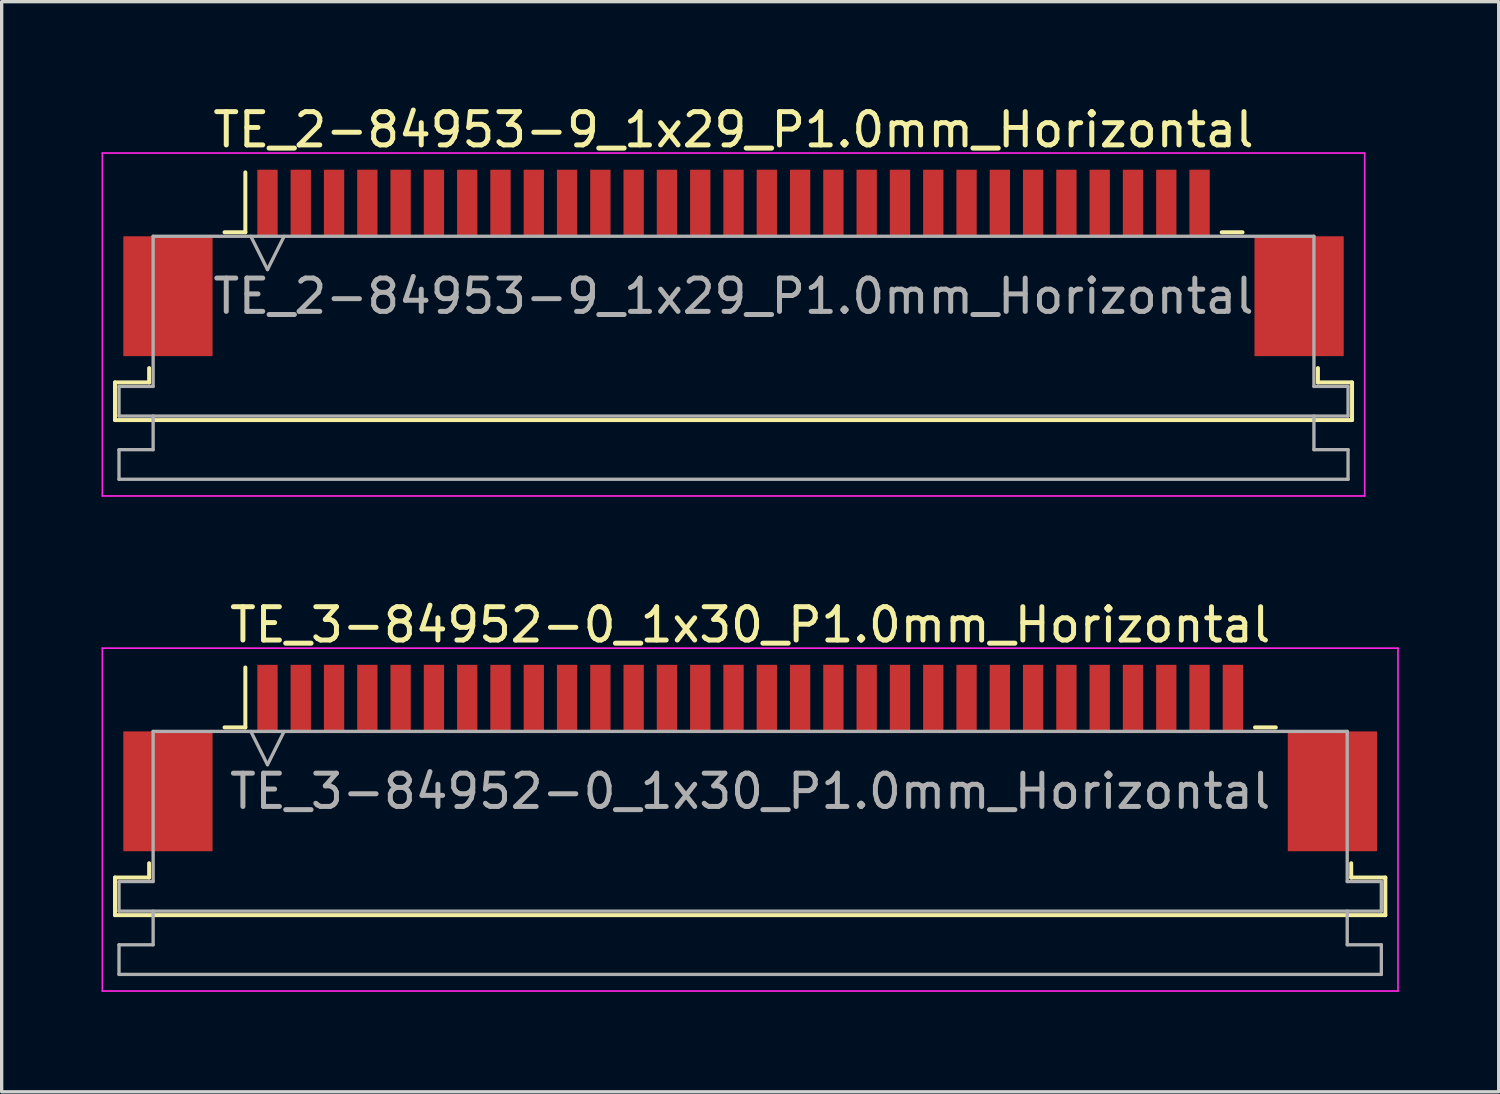
<source format=kicad_pcb>
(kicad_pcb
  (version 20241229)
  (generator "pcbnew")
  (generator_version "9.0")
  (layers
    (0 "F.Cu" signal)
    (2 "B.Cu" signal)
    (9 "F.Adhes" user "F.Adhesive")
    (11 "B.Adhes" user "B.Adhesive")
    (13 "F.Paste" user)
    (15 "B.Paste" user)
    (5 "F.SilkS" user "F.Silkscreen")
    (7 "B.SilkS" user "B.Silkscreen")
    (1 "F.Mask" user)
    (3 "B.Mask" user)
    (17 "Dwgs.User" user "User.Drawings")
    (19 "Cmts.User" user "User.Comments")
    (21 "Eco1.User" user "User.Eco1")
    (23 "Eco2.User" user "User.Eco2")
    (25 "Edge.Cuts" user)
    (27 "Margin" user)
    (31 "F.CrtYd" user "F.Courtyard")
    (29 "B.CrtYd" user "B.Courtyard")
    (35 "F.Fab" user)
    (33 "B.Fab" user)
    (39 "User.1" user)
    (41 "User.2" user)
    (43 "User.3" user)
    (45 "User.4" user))
  (footprint "TE_2-84953-9_1x29_P1.0mm_Horizontal"
    (layer "F.Cu")
    (at 18.985 4.848)
    (property "Reference" "TE_2-84953-9_1x29_P1.0mm_Horizontal" (at 0 -4 0) (layer "F.SilkS") (effects (font (size 1 1) (thickness 0.15))))
    (attr smd)
    (fp_line (start -18.58 3.59) (end -17.555 3.59) (stroke (width 0.12) (type solid)) (layer "F.SilkS"))
    (fp_line (start -18.58 4.72) (end -18.58 3.59) (stroke (width 0.12) (type solid)) (layer "F.SilkS"))
    (fp_line (start -17.555 3.59) (end -17.555 3.16) (stroke (width 0.12) (type solid)) (layer "F.SilkS"))
    (fp_line (start -15.29 -0.92) (end -14.665 -0.92) (stroke (width 0.12) (type solid)) (layer "F.SilkS"))
    (fp_line (start -14.665 -0.92) (end -14.665 -2.72) (stroke (width 0.12) (type solid)) (layer "F.SilkS"))
    (fp_line (start 14.665 -0.92) (end 15.29 -0.92) (stroke (width 0.12) (type solid)) (layer "F.SilkS"))
    (fp_line (start 17.555 3.16) (end 17.555 3.59) (stroke (width 0.12) (type solid)) (layer "F.SilkS"))
    (fp_line (start 17.555 3.59) (end 18.58 3.59) (stroke (width 0.12) (type solid)) (layer "F.SilkS"))
    (fp_line (start 18.58 3.59) (end 18.58 4.72) (stroke (width 0.12) (type solid)) (layer "F.SilkS"))
    (fp_line (start 18.58 4.72) (end -18.58 4.72) (stroke (width 0.12) (type solid)) (layer "F.SilkS"))
    (fp_line (start -18.96 -3.3) (end -18.96 7) (stroke (width 0.05) (type solid)) (layer "F.CrtYd"))
    (fp_line (start -18.96 7) (end 18.96 7) (stroke (width 0.05) (type solid)) (layer "F.CrtYd"))
    (fp_line (start 18.96 -3.3) (end -18.96 -3.3) (stroke (width 0.05) (type solid)) (layer "F.CrtYd"))
    (fp_line (start 18.96 7) (end 18.96 -3.3) (stroke (width 0.05) (type solid)) (layer "F.CrtYd"))
    (fp_line (start -18.46 3.71) (end -17.435 3.71) (stroke (width 0.1) (type solid)) (layer "F.Fab"))
    (fp_line (start -18.46 4.6) (end -18.46 3.71) (stroke (width 0.1) (type solid)) (layer "F.Fab"))
    (fp_line (start -18.46 5.61) (end -17.435 5.61) (stroke (width 0.1) (type solid)) (layer "F.Fab"))
    (fp_line (start -18.46 6.5) (end -18.46 5.61) (stroke (width 0.1) (type solid)) (layer "F.Fab"))
    (fp_line (start -17.435 -0.8) (end 17.435 -0.8) (stroke (width 0.1) (type solid)) (layer "F.Fab"))
    (fp_line (start -17.435 3.71) (end -17.435 -0.8) (stroke (width 0.1) (type solid)) (layer "F.Fab"))
    (fp_line (start -17.435 5.61) (end -17.435 4.6) (stroke (width 0.1) (type solid)) (layer "F.Fab"))
    (fp_line (start -14.5 -0.8) (end -14 0.2) (stroke (width 0.1) (type solid)) (layer "F.Fab"))
    (fp_line (start -14 0.2) (end -13.5 -0.8) (stroke (width 0.1) (type solid)) (layer "F.Fab"))
    (fp_line (start 17.435 -0.8) (end 17.435 3.71) (stroke (width 0.1) (type solid)) (layer "F.Fab"))
    (fp_line (start 17.435 3.71) (end 18.46 3.71) (stroke (width 0.1) (type solid)) (layer "F.Fab"))
    (fp_line (start 17.435 4.6) (end 17.435 5.61) (stroke (width 0.1) (type solid)) (layer "F.Fab"))
    (fp_line (start 17.435 5.61) (end 18.46 5.61) (stroke (width 0.1) (type solid)) (layer "F.Fab"))
    (fp_line (start 18.46 3.71) (end 18.46 4.6) (stroke (width 0.1) (type solid)) (layer "F.Fab"))
    (fp_line (start 18.46 4.6) (end -18.46 4.6) (stroke (width 0.1) (type solid)) (layer "F.Fab"))
    (fp_line (start 18.46 5.61) (end 18.46 6.5) (stroke (width 0.1) (type solid)) (layer "F.Fab"))
    (fp_line (start 18.46 6.5) (end -18.46 6.5) (stroke (width 0.1) (type solid)) (layer "F.Fab"))
    (fp_text user "${REFERENCE}" (at 0 1 0) (layer "F.Fab") (effects (font (size 1 1) (thickness 0.15))))
    (pad "" smd rect (at -16.99 1) (size 2.68 3.6) (layers "F.Cu" "F.Mask" "F.Paste"))
    (pad "" smd rect (at 16.99 1) (size 2.68 3.6) (layers "F.Cu" "F.Mask" "F.Paste"))
    (pad "1" smd rect (at -14 -1.8) (size 0.61 2) (layers "F.Cu" "F.Mask" "F.Paste"))
    (pad "2" smd rect (at -13 -1.8) (size 0.61 2) (layers "F.Cu" "F.Mask" "F.Paste"))
    (pad "3" smd rect (at -12 -1.8) (size 0.61 2) (layers "F.Cu" "F.Mask" "F.Paste"))
    (pad "4" smd rect (at -11 -1.8) (size 0.61 2) (layers "F.Cu" "F.Mask" "F.Paste"))
    (pad "5" smd rect (at -10 -1.8) (size 0.61 2) (layers "F.Cu" "F.Mask" "F.Paste"))
    (pad "6" smd rect (at -9 -1.8) (size 0.61 2) (layers "F.Cu" "F.Mask" "F.Paste"))
    (pad "7" smd rect (at -8 -1.8) (size 0.61 2) (layers "F.Cu" "F.Mask" "F.Paste"))
    (pad "8" smd rect (at -7 -1.8) (size 0.61 2) (layers "F.Cu" "F.Mask" "F.Paste"))
    (pad "9" smd rect (at -6 -1.8) (size 0.61 2) (layers "F.Cu" "F.Mask" "F.Paste"))
    (pad "10" smd rect (at -5 -1.8) (size 0.61 2) (layers "F.Cu" "F.Mask" "F.Paste"))
    (pad "11" smd rect (at -4 -1.8) (size 0.61 2) (layers "F.Cu" "F.Mask" "F.Paste"))
    (pad "12" smd rect (at -3 -1.8) (size 0.61 2) (layers "F.Cu" "F.Mask" "F.Paste"))
    (pad "13" smd rect (at -2 -1.8) (size 0.61 2) (layers "F.Cu" "F.Mask" "F.Paste"))
    (pad "14" smd rect (at -1 -1.8) (size 0.61 2) (layers "F.Cu" "F.Mask" "F.Paste"))
    (pad "15" smd rect (at 0 -1.8) (size 0.61 2) (layers "F.Cu" "F.Mask" "F.Paste"))
    (pad "16" smd rect (at 1 -1.8) (size 0.61 2) (layers "F.Cu" "F.Mask" "F.Paste"))
    (pad "17" smd rect (at 2 -1.8) (size 0.61 2) (layers "F.Cu" "F.Mask" "F.Paste"))
    (pad "18" smd rect (at 3 -1.8) (size 0.61 2) (layers "F.Cu" "F.Mask" "F.Paste"))
    (pad "19" smd rect (at 4 -1.8) (size 0.61 2) (layers "F.Cu" "F.Mask" "F.Paste"))
    (pad "20" smd rect (at 5 -1.8) (size 0.61 2) (layers "F.Cu" "F.Mask" "F.Paste"))
    (pad "21" smd rect (at 6 -1.8) (size 0.61 2) (layers "F.Cu" "F.Mask" "F.Paste"))
    (pad "22" smd rect (at 7 -1.8) (size 0.61 2) (layers "F.Cu" "F.Mask" "F.Paste"))
    (pad "23" smd rect (at 8 -1.8) (size 0.61 2) (layers "F.Cu" "F.Mask" "F.Paste"))
    (pad "24" smd rect (at 9 -1.8) (size 0.61 2) (layers "F.Cu" "F.Mask" "F.Paste"))
    (pad "25" smd rect (at 10 -1.8) (size 0.61 2) (layers "F.Cu" "F.Mask" "F.Paste"))
    (pad "26" smd rect (at 11 -1.8) (size 0.61 2) (layers "F.Cu" "F.Mask" "F.Paste"))
    (pad "27" smd rect (at 12 -1.8) (size 0.61 2) (layers "F.Cu" "F.Mask" "F.Paste"))
    (pad "28" smd rect (at 13 -1.8) (size 0.61 2) (layers "F.Cu" "F.Mask" "F.Paste"))
    (pad "29" smd rect (at 14 -1.8) (size 0.61 2) (layers "F.Cu" "F.Mask" "F.Paste")))
  (footprint "TE_3-84952-0_1x30_P1.0mm_Horizontal"
    (layer "F.Cu")
    (at 19.485 19.721)
    (property "Reference" "TE_3-84952-0_1x30_P1.0mm_Horizontal" (at 0 -4 0) (layer "F.SilkS") (effects (font (size 1 1) (thickness 0.15))))
    (attr smd)
    (fp_line (start -19.08 3.59) (end -18.055 3.59) (stroke (width 0.12) (type solid)) (layer "F.SilkS"))
    (fp_line (start -19.08 4.72) (end -19.08 3.59) (stroke (width 0.12) (type solid)) (layer "F.SilkS"))
    (fp_line (start -18.055 3.59) (end -18.055 3.16) (stroke (width 0.12) (type solid)) (layer "F.SilkS"))
    (fp_line (start -15.79 -0.92) (end -15.165 -0.92) (stroke (width 0.12) (type solid)) (layer "F.SilkS"))
    (fp_line (start -15.165 -0.92) (end -15.165 -2.72) (stroke (width 0.12) (type solid)) (layer "F.SilkS"))
    (fp_line (start 15.165 -0.92) (end 15.79 -0.92) (stroke (width 0.12) (type solid)) (layer "F.SilkS"))
    (fp_line (start 18.055 3.16) (end 18.055 3.59) (stroke (width 0.12) (type solid)) (layer "F.SilkS"))
    (fp_line (start 18.055 3.59) (end 19.08 3.59) (stroke (width 0.12) (type solid)) (layer "F.SilkS"))
    (fp_line (start 19.08 3.59) (end 19.08 4.72) (stroke (width 0.12) (type solid)) (layer "F.SilkS"))
    (fp_line (start 19.08 4.72) (end -19.08 4.72) (stroke (width 0.12) (type solid)) (layer "F.SilkS"))
    (fp_line (start -19.46 -3.3) (end -19.46 7) (stroke (width 0.05) (type solid)) (layer "F.CrtYd"))
    (fp_line (start -19.46 7) (end 19.46 7) (stroke (width 0.05) (type solid)) (layer "F.CrtYd"))
    (fp_line (start 19.46 -3.3) (end -19.46 -3.3) (stroke (width 0.05) (type solid)) (layer "F.CrtYd"))
    (fp_line (start 19.46 7) (end 19.46 -3.3) (stroke (width 0.05) (type solid)) (layer "F.CrtYd"))
    (fp_line (start -18.96 3.71) (end -17.935 3.71) (stroke (width 0.1) (type solid)) (layer "F.Fab"))
    (fp_line (start -18.96 4.6) (end -18.96 3.71) (stroke (width 0.1) (type solid)) (layer "F.Fab"))
    (fp_line (start -18.96 5.61) (end -17.935 5.61) (stroke (width 0.1) (type solid)) (layer "F.Fab"))
    (fp_line (start -18.96 6.5) (end -18.96 5.61) (stroke (width 0.1) (type solid)) (layer "F.Fab"))
    (fp_line (start -17.935 -0.8) (end 17.935 -0.8) (stroke (width 0.1) (type solid)) (layer "F.Fab"))
    (fp_line (start -17.935 3.71) (end -17.935 -0.8) (stroke (width 0.1) (type solid)) (layer "F.Fab"))
    (fp_line (start -17.935 5.61) (end -17.935 4.6) (stroke (width 0.1) (type solid)) (layer "F.Fab"))
    (fp_line (start -15 -0.8) (end -14.5 0.2) (stroke (width 0.1) (type solid)) (layer "F.Fab"))
    (fp_line (start -14.5 0.2) (end -14 -0.8) (stroke (width 0.1) (type solid)) (layer "F.Fab"))
    (fp_line (start 17.935 -0.8) (end 17.935 3.71) (stroke (width 0.1) (type solid)) (layer "F.Fab"))
    (fp_line (start 17.935 3.71) (end 18.96 3.71) (stroke (width 0.1) (type solid)) (layer "F.Fab"))
    (fp_line (start 17.935 4.6) (end 17.935 5.61) (stroke (width 0.1) (type solid)) (layer "F.Fab"))
    (fp_line (start 17.935 5.61) (end 18.96 5.61) (stroke (width 0.1) (type solid)) (layer "F.Fab"))
    (fp_line (start 18.96 3.71) (end 18.96 4.6) (stroke (width 0.1) (type solid)) (layer "F.Fab"))
    (fp_line (start 18.96 4.6) (end -18.96 4.6) (stroke (width 0.1) (type solid)) (layer "F.Fab"))
    (fp_line (start 18.96 5.61) (end 18.96 6.5) (stroke (width 0.1) (type solid)) (layer "F.Fab"))
    (fp_line (start 18.96 6.5) (end -18.96 6.5) (stroke (width 0.1) (type solid)) (layer "F.Fab"))
    (fp_text user "${REFERENCE}" (at 0 1 0) (layer "F.Fab") (effects (font (size 1 1) (thickness 0.15))))
    (pad "" smd rect (at -17.49 1) (size 2.68 3.6) (layers "F.Cu" "F.Mask" "F.Paste"))
    (pad "" smd rect (at 17.49 1) (size 2.68 3.6) (layers "F.Cu" "F.Mask" "F.Paste"))
    (pad "1" smd rect (at -14.5 -1.8) (size 0.61 2) (layers "F.Cu" "F.Mask" "F.Paste"))
    (pad "2" smd rect (at -13.5 -1.8) (size 0.61 2) (layers "F.Cu" "F.Mask" "F.Paste"))
    (pad "3" smd rect (at -12.5 -1.8) (size 0.61 2) (layers "F.Cu" "F.Mask" "F.Paste"))
    (pad "4" smd rect (at -11.5 -1.8) (size 0.61 2) (layers "F.Cu" "F.Mask" "F.Paste"))
    (pad "5" smd rect (at -10.5 -1.8) (size 0.61 2) (layers "F.Cu" "F.Mask" "F.Paste"))
    (pad "6" smd rect (at -9.5 -1.8) (size 0.61 2) (layers "F.Cu" "F.Mask" "F.Paste"))
    (pad "7" smd rect (at -8.5 -1.8) (size 0.61 2) (layers "F.Cu" "F.Mask" "F.Paste"))
    (pad "8" smd rect (at -7.5 -1.8) (size 0.61 2) (layers "F.Cu" "F.Mask" "F.Paste"))
    (pad "9" smd rect (at -6.5 -1.8) (size 0.61 2) (layers "F.Cu" "F.Mask" "F.Paste"))
    (pad "10" smd rect (at -5.5 -1.8) (size 0.61 2) (layers "F.Cu" "F.Mask" "F.Paste"))
    (pad "11" smd rect (at -4.5 -1.8) (size 0.61 2) (layers "F.Cu" "F.Mask" "F.Paste"))
    (pad "12" smd rect (at -3.5 -1.8) (size 0.61 2) (layers "F.Cu" "F.Mask" "F.Paste"))
    (pad "13" smd rect (at -2.5 -1.8) (size 0.61 2) (layers "F.Cu" "F.Mask" "F.Paste"))
    (pad "14" smd rect (at -1.5 -1.8) (size 0.61 2) (layers "F.Cu" "F.Mask" "F.Paste"))
    (pad "15" smd rect (at -0.5 -1.8) (size 0.61 2) (layers "F.Cu" "F.Mask" "F.Paste"))
    (pad "16" smd rect (at 0.5 -1.8) (size 0.61 2) (layers "F.Cu" "F.Mask" "F.Paste"))
    (pad "17" smd rect (at 1.5 -1.8) (size 0.61 2) (layers "F.Cu" "F.Mask" "F.Paste"))
    (pad "18" smd rect (at 2.5 -1.8) (size 0.61 2) (layers "F.Cu" "F.Mask" "F.Paste"))
    (pad "19" smd rect (at 3.5 -1.8) (size 0.61 2) (layers "F.Cu" "F.Mask" "F.Paste"))
    (pad "20" smd rect (at 4.5 -1.8) (size 0.61 2) (layers "F.Cu" "F.Mask" "F.Paste"))
    (pad "21" smd rect (at 5.5 -1.8) (size 0.61 2) (layers "F.Cu" "F.Mask" "F.Paste"))
    (pad "22" smd rect (at 6.5 -1.8) (size 0.61 2) (layers "F.Cu" "F.Mask" "F.Paste"))
    (pad "23" smd rect (at 7.5 -1.8) (size 0.61 2) (layers "F.Cu" "F.Mask" "F.Paste"))
    (pad "24" smd rect (at 8.5 -1.8) (size 0.61 2) (layers "F.Cu" "F.Mask" "F.Paste"))
    (pad "25" smd rect (at 9.5 -1.8) (size 0.61 2) (layers "F.Cu" "F.Mask" "F.Paste"))
    (pad "26" smd rect (at 10.5 -1.8) (size 0.61 2) (layers "F.Cu" "F.Mask" "F.Paste"))
    (pad "27" smd rect (at 11.5 -1.8) (size 0.61 2) (layers "F.Cu" "F.Mask" "F.Paste"))
    (pad "28" smd rect (at 12.5 -1.8) (size 0.61 2) (layers "F.Cu" "F.Mask" "F.Paste"))
    (pad "29" smd rect (at 13.5 -1.8) (size 0.61 2) (layers "F.Cu" "F.Mask" "F.Paste"))
    (pad "30" smd rect (at 14.5 -1.8) (size 0.61 2) (layers "F.Cu" "F.Mask" "F.Paste")))
  (gr_rect
    (start -3 -3)
    (end 41.97 29.747)
    (stroke (width 0.1) (type default))
    (fill no)
    (layer "Edge.Cuts")))
</source>
